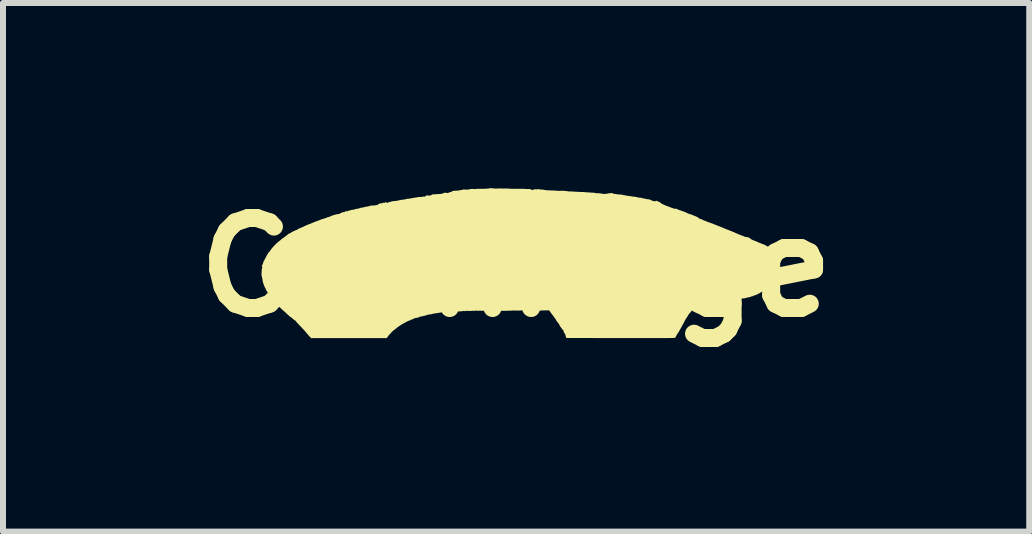
<source format=kicad_pcb>
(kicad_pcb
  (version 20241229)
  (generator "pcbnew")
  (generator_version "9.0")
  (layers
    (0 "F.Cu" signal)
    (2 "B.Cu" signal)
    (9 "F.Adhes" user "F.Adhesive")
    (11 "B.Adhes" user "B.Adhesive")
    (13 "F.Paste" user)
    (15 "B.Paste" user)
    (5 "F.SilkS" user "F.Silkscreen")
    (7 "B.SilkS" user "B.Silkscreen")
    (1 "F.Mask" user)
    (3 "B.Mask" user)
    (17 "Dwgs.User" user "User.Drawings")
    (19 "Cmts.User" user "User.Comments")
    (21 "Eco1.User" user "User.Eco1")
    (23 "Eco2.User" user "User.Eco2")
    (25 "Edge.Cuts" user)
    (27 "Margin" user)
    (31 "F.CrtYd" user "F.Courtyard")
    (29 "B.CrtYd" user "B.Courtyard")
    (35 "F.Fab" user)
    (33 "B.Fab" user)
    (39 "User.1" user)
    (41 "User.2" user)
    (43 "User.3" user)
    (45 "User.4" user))
  (footprint "CarImage"
    (layer "F.Cu")
    (at 5.55 1.404)
    (property "Reference" "CarImage" (at 0 0 0) (layer "F.SilkS") (effects (font (size 1.5 1.5) (thickness 0.3))))
    (attr board_only exclude_from_pos_files exclude_from_bom)
    (fp_poly (pts (xy -0.424 -1.319) (xy -0.42 -1.318) (xy -0.408 -1.317) (xy -0.391 -1.316) (xy -0.377 -1.315) (xy -0.362 -1.314) (xy -0.351 -1.313) (xy -0.345 -1.311) (xy -0.345 -1.311) (xy -0.338 -1.31) (xy -0.332 -1.311) (xy -0.322 -1.313) (xy -0.308 -1.314) (xy -0.29 -1.314) (xy -0.271 -1.314) (xy -0.252 -1.314) (xy -0.234 -1.314) (xy -0.22 -1.313) (xy -0.211 -1.311) (xy -0.209 -1.31) (xy -0.205 -1.308) (xy -0.201 -1.311) (xy -0.196 -1.314) (xy -0.187 -1.314) (xy -0.18 -1.313) (xy -0.168 -1.311) (xy -0.162 -1.312) (xy -0.161 -1.313) (xy -0.157 -1.316) (xy -0.15 -1.316) (xy -0.145 -1.314) (xy -0.145 -1.313) (xy -0.141 -1.312) (xy -0.13 -1.311) (xy -0.113 -1.31) (xy -0.091 -1.309) (xy -0.064 -1.308) (xy -0.034 -1.308) (xy -0.001 -1.308) (xy 0.034 -1.308) (xy 0.07 -1.308) (xy 0.085 -1.308) (xy 0.113 -1.308) (xy 0.133 -1.308) (xy 0.145 -1.306) (xy 0.15 -1.305) (xy 0.156 -1.303) (xy 0.157 -1.304) (xy 0.162 -1.305) (xy 0.172 -1.305) (xy 0.187 -1.305) (xy 0.201 -1.305) (xy 0.22 -1.304) (xy 0.233 -1.302) (xy 0.242 -1.3) (xy 0.248 -1.297) (xy 0.251 -1.295) (xy 0.262 -1.289) (xy 0.275 -1.288) (xy 0.287 -1.292) (xy 0.295 -1.298) (xy 0.3 -1.302) (xy 0.302 -1.301) (xy 0.308 -1.299) (xy 0.317 -1.299) (xy 0.318 -1.3) (xy 0.331 -1.3) (xy 0.338 -1.297) (xy 0.343 -1.295) (xy 0.344 -1.296) (xy 0.347 -1.299) (xy 0.356 -1.302) (xy 0.366 -1.303) (xy 0.375 -1.303) (xy 0.381 -1.301) (xy 0.387 -1.299) (xy 0.399 -1.297) (xy 0.415 -1.296) (xy 0.428 -1.295) (xy 0.447 -1.294) (xy 0.461 -1.293) (xy 0.47 -1.291) (xy 0.472 -1.29) (xy 0.476 -1.287) (xy 0.479 -1.288) (xy 0.487 -1.288) (xy 0.489 -1.287) (xy 0.495 -1.285) (xy 0.506 -1.284) (xy 0.523 -1.283) (xy 0.543 -1.282) (xy 0.553 -1.282) (xy 0.579 -1.281) (xy 0.607 -1.28) (xy 0.634 -1.279) (xy 0.657 -1.278) (xy 0.658 -1.277) (xy 0.678 -1.276) (xy 0.696 -1.275) (xy 0.711 -1.274) (xy 0.719 -1.273) (xy 0.73 -1.273) (xy 0.737 -1.275) (xy 0.738 -1.275) (xy 0.745 -1.276) (xy 0.748 -1.274) (xy 0.754 -1.272) (xy 0.757 -1.274) (xy 0.764 -1.276) (xy 0.776 -1.276) (xy 0.782 -1.276) (xy 0.797 -1.274) (xy 0.816 -1.272) (xy 0.83 -1.271) (xy 0.844 -1.27) (xy 0.855 -1.268) (xy 0.861 -1.266) (xy 0.861 -1.266) (xy 0.867 -1.264) (xy 0.875 -1.264) (xy 0.882 -1.265) (xy 0.896 -1.265) (xy 0.914 -1.264) (xy 0.935 -1.263) (xy 0.944 -1.262) (xy 0.966 -1.261) (xy 0.994 -1.259) (xy 1.026 -1.258) (xy 1.057 -1.256) (xy 1.087 -1.255) (xy 1.088 -1.255) (xy 1.113 -1.255) (xy 1.136 -1.253) (xy 1.154 -1.252) (xy 1.168 -1.251) (xy 1.175 -1.25) (xy 1.176 -1.249) (xy 1.181 -1.248) (xy 1.191 -1.248) (xy 1.193 -1.248) (xy 1.203 -1.249) (xy 1.211 -1.248) (xy 1.211 -1.248) (xy 1.217 -1.247) (xy 1.229 -1.246) (xy 1.245 -1.245) (xy 1.264 -1.244) (xy 1.265 -1.244) (xy 1.284 -1.243) (xy 1.3 -1.242) (xy 1.312 -1.24) (xy 1.316 -1.239) (xy 1.316 -1.239) (xy 1.321 -1.236) (xy 1.332 -1.235) (xy 1.34 -1.235) (xy 1.354 -1.235) (xy 1.371 -1.234) (xy 1.388 -1.233) (xy 1.405 -1.232) (xy 1.418 -1.23) (xy 1.427 -1.228) (xy 1.43 -1.227) (xy 1.433 -1.225) (xy 1.443 -1.224) (xy 1.457 -1.223) (xy 1.473 -1.223) (xy 1.489 -1.224) (xy 1.504 -1.225) (xy 1.516 -1.226) (xy 1.523 -1.228) (xy 1.524 -1.228) (xy 1.531 -1.231) (xy 1.544 -1.233) (xy 1.564 -1.235) (xy 1.571 -1.235) (xy 1.59 -1.236) (xy 1.602 -1.236) (xy 1.609 -1.236) (xy 1.613 -1.234) (xy 1.615 -1.231) (xy 1.615 -1.23) (xy 1.618 -1.226) (xy 1.623 -1.224) (xy 1.633 -1.223) (xy 1.645 -1.223) (xy 1.658 -1.222) (xy 1.668 -1.221) (xy 1.672 -1.22) (xy 1.672 -1.219) (xy 1.676 -1.218) (xy 1.686 -1.216) (xy 1.701 -1.215) (xy 1.719 -1.214) (xy 1.722 -1.214) (xy 1.741 -1.212) (xy 1.757 -1.211) (xy 1.769 -1.209) (xy 1.775 -1.207) (xy 1.775 -1.207) (xy 1.781 -1.205) (xy 1.792 -1.203) (xy 1.795 -1.203) (xy 1.806 -1.202) (xy 1.814 -1.2) (xy 1.815 -1.2) (xy 1.82 -1.197) (xy 1.831 -1.195) (xy 1.84 -1.194) (xy 1.857 -1.192) (xy 1.876 -1.189) (xy 1.882 -1.188) (xy 1.898 -1.185) (xy 1.914 -1.184) (xy 1.921 -1.184) (xy 1.931 -1.183) (xy 1.937 -1.181) (xy 1.938 -1.18) (xy 1.94 -1.177) (xy 1.941 -1.178) (xy 1.946 -1.178) (xy 1.957 -1.178) (xy 1.97 -1.176) (xy 1.985 -1.174) (xy 1.999 -1.172) (xy 2.01 -1.17) (xy 2.015 -1.168) (xy 2.016 -1.168) (xy 2.019 -1.166) (xy 2.028 -1.164) (xy 2.041 -1.162) (xy 2.054 -1.16) (xy 2.066 -1.159) (xy 2.075 -1.159) (xy 2.076 -1.159) (xy 2.085 -1.159) (xy 2.095 -1.155) (xy 2.096 -1.155) (xy 2.106 -1.151) (xy 2.121 -1.148) (xy 2.131 -1.147) (xy 2.144 -1.145) (xy 2.153 -1.142) (xy 2.157 -1.14) (xy 2.161 -1.139) (xy 2.172 -1.137) (xy 2.186 -1.135) (xy 2.19 -1.135) (xy 2.204 -1.134) (xy 2.216 -1.132) (xy 2.222 -1.13) (xy 2.223 -1.13) (xy 2.228 -1.127) (xy 2.237 -1.124) (xy 2.239 -1.124) (xy 2.25 -1.12) (xy 2.257 -1.115) (xy 2.257 -1.114) (xy 2.264 -1.11) (xy 2.276 -1.107) (xy 2.278 -1.107) (xy 2.289 -1.105) (xy 2.298 -1.102) (xy 2.299 -1.101) (xy 2.308 -1.099) (xy 2.318 -1.1) (xy 2.325 -1.105) (xy 2.335 -1.109) (xy 2.346 -1.107) (xy 2.356 -1.102) (xy 2.364 -1.096) (xy 2.37 -1.093) (xy 2.378 -1.092) (xy 2.379 -1.092) (xy 2.386 -1.09) (xy 2.386 -1.09) (xy 2.391 -1.088) (xy 2.399 -1.081) (xy 2.408 -1.073) (xy 2.42 -1.063) (xy 2.432 -1.056) (xy 2.439 -1.053) (xy 2.45 -1.049) (xy 2.457 -1.045) (xy 2.464 -1.041) (xy 2.476 -1.037) (xy 2.48 -1.035) (xy 2.49 -1.031) (xy 2.496 -1.028) (xy 2.496 -1.027) (xy 2.499 -1.024) (xy 2.501 -1.024) (xy 2.508 -1.022) (xy 2.519 -1.019) (xy 2.532 -1.015) (xy 2.544 -1.011) (xy 2.554 -1.007) (xy 2.559 -1.004) (xy 2.559 -1.004) (xy 2.563 -1.002) (xy 2.573 -0.998) (xy 2.578 -0.997) (xy 2.6 -0.989) (xy 2.621 -0.981) (xy 2.63 -0.977) (xy 2.637 -0.976) (xy 2.64 -0.977) (xy 2.646 -0.978) (xy 2.656 -0.977) (xy 2.669 -0.974) (xy 2.682 -0.971) (xy 2.692 -0.966) (xy 2.695 -0.964) (xy 2.702 -0.96) (xy 2.714 -0.956) (xy 2.72 -0.954) (xy 2.736 -0.949) (xy 2.751 -0.944) (xy 2.755 -0.942) (xy 2.768 -0.937) (xy 2.785 -0.931) (xy 2.795 -0.928) (xy 2.808 -0.923) (xy 2.817 -0.92) (xy 2.82 -0.918) (xy 2.825 -0.915) (xy 2.834 -0.911) (xy 2.837 -0.91) (xy 2.846 -0.907) (xy 2.851 -0.904) (xy 2.852 -0.903) (xy 2.855 -0.9) (xy 2.864 -0.897) (xy 2.871 -0.895) (xy 2.882 -0.891) (xy 2.889 -0.888) (xy 2.891 -0.886) (xy 2.893 -0.884) (xy 2.894 -0.884) (xy 2.899 -0.885) (xy 2.909 -0.883) (xy 2.919 -0.881) (xy 2.927 -0.878) (xy 2.93 -0.875) (xy 2.933 -0.872) (xy 2.942 -0.869) (xy 2.946 -0.867) (xy 2.958 -0.864) (xy 2.965 -0.86) (xy 2.967 -0.86) (xy 2.973 -0.857) (xy 2.983 -0.853) (xy 2.987 -0.852) (xy 2.997 -0.848) (xy 3.004 -0.844) (xy 3.004 -0.843) (xy 3.01 -0.84) (xy 3.018 -0.839) (xy 3.028 -0.835) (xy 3.035 -0.826) (xy 3.042 -0.818) (xy 3.051 -0.813) (xy 3.063 -0.809) (xy 3.076 -0.805) (xy 3.086 -0.801) (xy 3.089 -0.798) (xy 3.098 -0.794) (xy 3.102 -0.793) (xy 3.111 -0.79) (xy 3.114 -0.788) (xy 3.12 -0.784) (xy 3.131 -0.78) (xy 3.146 -0.774) (xy 3.154 -0.772) (xy 3.168 -0.767) (xy 3.18 -0.762) (xy 3.187 -0.759) (xy 3.188 -0.758) (xy 3.191 -0.755) (xy 3.2 -0.753) (xy 3.202 -0.752) (xy 3.216 -0.749) (xy 3.228 -0.744) (xy 3.229 -0.744) (xy 3.24 -0.74) (xy 3.253 -0.734) (xy 3.26 -0.732) (xy 3.275 -0.727) (xy 3.293 -0.72) (xy 3.3 -0.716) (xy 3.312 -0.711) (xy 3.322 -0.708) (xy 3.326 -0.707) (xy 3.334 -0.705) (xy 3.337 -0.702) (xy 3.343 -0.699) (xy 3.354 -0.694) (xy 3.368 -0.689) (xy 3.371 -0.688) (xy 3.386 -0.683) (xy 3.397 -0.679) (xy 3.404 -0.676) (xy 3.405 -0.675) (xy 3.41 -0.673) (xy 3.421 -0.668) (xy 3.428 -0.666) (xy 3.44 -0.661) (xy 3.448 -0.657) (xy 3.45 -0.655) (xy 3.453 -0.653) (xy 3.453 -0.656) (xy 3.454 -0.66) (xy 3.457 -0.656) (xy 3.458 -0.655) (xy 3.464 -0.65) (xy 3.468 -0.648) (xy 3.477 -0.646) (xy 3.483 -0.643) (xy 3.49 -0.639) (xy 3.503 -0.634) (xy 3.517 -0.629) (xy 3.518 -0.629) (xy 3.532 -0.624) (xy 3.545 -0.619) (xy 3.553 -0.615) (xy 3.553 -0.615) (xy 3.563 -0.61) (xy 3.569 -0.609) (xy 3.577 -0.608) (xy 3.58 -0.606) (xy 3.584 -0.603) (xy 3.594 -0.599) (xy 3.608 -0.593) (xy 3.617 -0.589) (xy 3.632 -0.584) (xy 3.644 -0.578) (xy 3.651 -0.575) (xy 3.653 -0.573) (xy 3.656 -0.571) (xy 3.66 -0.57) (xy 3.668 -0.569) (xy 3.67 -0.566) (xy 3.676 -0.563) (xy 3.68 -0.563) (xy 3.686 -0.561) (xy 3.688 -0.559) (xy 3.691 -0.556) (xy 3.7 -0.553) (xy 3.705 -0.551) (xy 3.716 -0.547) (xy 3.722 -0.544) (xy 3.723 -0.542) (xy 3.726 -0.54) (xy 3.73 -0.54) (xy 3.739 -0.539) (xy 3.748 -0.537) (xy 3.753 -0.533) (xy 3.754 -0.531) (xy 3.757 -0.528) (xy 3.761 -0.527) (xy 3.772 -0.525) (xy 3.785 -0.521) (xy 3.797 -0.515) (xy 3.803 -0.512) (xy 3.81 -0.509) (xy 3.822 -0.506) (xy 3.829 -0.506) (xy 3.858 -0.502) (xy 3.881 -0.494) (xy 3.897 -0.483) (xy 3.899 -0.481) (xy 3.91 -0.472) (xy 3.921 -0.465) (xy 3.923 -0.464) (xy 3.933 -0.46) (xy 3.938 -0.456) (xy 3.938 -0.456) (xy 3.944 -0.452) (xy 3.948 -0.451) (xy 3.96 -0.449) (xy 3.969 -0.445) (xy 3.973 -0.441) (xy 3.973 -0.441) (xy 3.975 -0.439) (xy 3.977 -0.439) (xy 3.982 -0.439) (xy 3.991 -0.437) (xy 4 -0.433) (xy 4.004 -0.429) (xy 4.009 -0.427) (xy 4.018 -0.424) (xy 4.028 -0.421) (xy 4.035 -0.416) (xy 4.043 -0.412) (xy 4.054 -0.408) (xy 4.058 -0.407) (xy 4.072 -0.402) (xy 4.085 -0.396) (xy 4.088 -0.395) (xy 4.099 -0.39) (xy 4.113 -0.385) (xy 4.119 -0.383) (xy 4.131 -0.379) (xy 4.14 -0.375) (xy 4.142 -0.372) (xy 4.148 -0.368) (xy 4.155 -0.367) (xy 4.165 -0.364) (xy 4.17 -0.358) (xy 4.18 -0.35) (xy 4.187 -0.348) (xy 4.201 -0.348) (xy 4.216 -0.346) (xy 4.228 -0.344) (xy 4.234 -0.342) (xy 4.237 -0.337) (xy 4.238 -0.327) (xy 4.239 -0.325) (xy 4.241 -0.313) (xy 4.246 -0.298) (xy 4.254 -0.282) (xy 4.262 -0.267) (xy 4.271 -0.256) (xy 4.274 -0.252) (xy 4.28 -0.246) (xy 4.286 -0.234) (xy 4.292 -0.22) (xy 4.292 -0.218) (xy 4.297 -0.204) (xy 4.302 -0.192) (xy 4.305 -0.186) (xy 4.305 -0.185) (xy 4.309 -0.179) (xy 4.313 -0.168) (xy 4.317 -0.156) (xy 4.321 -0.144) (xy 4.323 -0.135) (xy 4.323 -0.133) (xy 4.323 -0.127) (xy 4.325 -0.118) (xy 4.326 -0.117) (xy 4.329 -0.106) (xy 4.332 -0.091) (xy 4.334 -0.076) (xy 4.336 -0.061) (xy 4.339 -0.047) (xy 4.342 -0.039) (xy 4.345 -0.029) (xy 4.345 -0.016) (xy 4.345 -0.013) (xy 4.345 -0.001) (xy 4.347 0.005) (xy 4.349 0.006) (xy 4.355 0.011) (xy 4.355 0.017) (xy 4.351 0.021) (xy 4.348 0.024) (xy 4.35 0.026) (xy 4.354 0.032) (xy 4.356 0.042) (xy 4.358 0.054) (xy 4.358 0.064) (xy 4.356 0.07) (xy 4.356 0.07) (xy 4.353 0.076) (xy 4.351 0.084) (xy 4.349 0.095) (xy 4.347 0.102) (xy 4.344 0.109) (xy 4.341 0.12) (xy 4.34 0.123) (xy 4.336 0.134) (xy 4.333 0.141) (xy 4.332 0.143) (xy 4.329 0.149) (xy 4.326 0.159) (xy 4.324 0.162) (xy 4.314 0.189) (xy 4.3 0.217) (xy 4.284 0.242) (xy 4.281 0.246) (xy 4.274 0.256) (xy 4.267 0.264) (xy 4.261 0.271) (xy 4.254 0.279) (xy 4.244 0.289) (xy 4.232 0.303) (xy 4.216 0.318) (xy 4.196 0.339) (xy 4.179 0.355) (xy 4.167 0.365) (xy 4.158 0.37) (xy 4.154 0.371) (xy 4.148 0.374) (xy 4.14 0.38) (xy 4.138 0.383) (xy 4.13 0.39) (xy 4.123 0.394) (xy 4.122 0.395) (xy 4.114 0.397) (xy 4.104 0.402) (xy 4.097 0.408) (xy 4.097 0.409) (xy 4.091 0.412) (xy 4.088 0.412) (xy 4.083 0.412) (xy 4.082 0.414) (xy 4.079 0.418) (xy 4.077 0.418) (xy 4.071 0.421) (xy 4.065 0.425) (xy 4.056 0.432) (xy 4.048 0.435) (xy 4.037 0.44) (xy 4.028 0.446) (xy 4.019 0.451) (xy 4.011 0.453) (xy 4.005 0.455) (xy 4.004 0.456) (xy 4.001 0.459) (xy 3.991 0.462) (xy 3.978 0.466) (xy 3.977 0.467) (xy 3.962 0.471) (xy 3.951 0.476) (xy 3.945 0.479) (xy 3.945 0.479) (xy 3.938 0.483) (xy 3.928 0.484) (xy 3.928 0.484) (xy 3.917 0.486) (xy 3.909 0.49) (xy 3.909 0.49) (xy 3.902 0.494) (xy 3.89 0.497) (xy 3.879 0.499) (xy 3.866 0.5) (xy 3.857 0.503) (xy 3.853 0.505) (xy 3.848 0.507) (xy 3.839 0.508) (xy 3.838 0.508) (xy 3.829 0.509) (xy 3.824 0.511) (xy 3.824 0.512) (xy 3.82 0.514) (xy 3.809 0.516) (xy 3.795 0.517) (xy 3.787 0.518) (xy 3.766 0.52) (xy 3.751 0.523) (xy 3.743 0.526) (xy 3.739 0.531) (xy 3.739 0.533) (xy 3.736 0.54) (xy 3.733 0.543) (xy 3.727 0.545) (xy 3.723 0.541) (xy 3.716 0.538) (xy 3.704 0.537) (xy 3.689 0.537) (xy 3.673 0.538) (xy 3.658 0.54) (xy 3.647 0.543) (xy 3.642 0.546) (xy 3.637 0.55) (xy 3.635 0.549) (xy 3.63 0.547) (xy 3.62 0.546) (xy 3.608 0.546) (xy 3.595 0.547) (xy 3.585 0.549) (xy 3.58 0.552) (xy 3.574 0.554) (xy 3.562 0.556) (xy 3.548 0.557) (xy 3.546 0.557) (xy 3.531 0.558) (xy 3.519 0.56) (xy 3.512 0.561) (xy 3.512 0.561) (xy 3.506 0.562) (xy 3.494 0.563) (xy 3.478 0.565) (xy 3.467 0.565) (xy 3.45 0.566) (xy 3.436 0.568) (xy 3.427 0.569) (xy 3.424 0.57) (xy 3.416 0.573) (xy 3.406 0.573) (xy 3.397 0.572) (xy 3.394 0.569) (xy 3.39 0.567) (xy 3.387 0.57) (xy 3.386 0.572) (xy 3.383 0.573) (xy 3.378 0.574) (xy 3.371 0.575) (xy 3.36 0.577) (xy 3.346 0.578) (xy 3.327 0.579) (xy 3.302 0.581) (xy 3.271 0.583) (xy 3.234 0.585) (xy 3.205 0.586) (xy 3.169 0.588) (xy 3.14 0.59) (xy 3.118 0.592) (xy 3.1 0.593) (xy 3.088 0.594) (xy 3.081 0.595) (xy 3.076 0.596) (xy 3.074 0.598) (xy 3.074 0.598) (xy 3.071 0.601) (xy 3.069 0.602) (xy 3.063 0.604) (xy 3.055 0.611) (xy 3.054 0.611) (xy 3.047 0.618) (xy 3.042 0.621) (xy 3.042 0.621) (xy 3.037 0.624) (xy 3.029 0.63) (xy 3.028 0.631) (xy 3.014 0.645) (xy 3.001 0.656) (xy 2.992 0.664) (xy 2.987 0.668) (xy 2.986 0.668) (xy 2.983 0.671) (xy 2.975 0.677) (xy 2.966 0.686) (xy 2.965 0.687) (xy 2.955 0.697) (xy 2.946 0.705) (xy 2.941 0.709) (xy 2.936 0.714) (xy 2.928 0.723) (xy 2.918 0.735) (xy 2.916 0.737) (xy 2.905 0.75) (xy 2.893 0.763) (xy 2.884 0.773) (xy 2.876 0.782) (xy 2.872 0.789) (xy 2.871 0.791) (xy 2.869 0.796) (xy 2.864 0.806) (xy 2.855 0.818) (xy 2.852 0.823) (xy 2.842 0.838) (xy 2.832 0.853) (xy 2.825 0.866) (xy 2.824 0.867) (xy 2.818 0.879) (xy 2.812 0.888) (xy 2.81 0.891) (xy 2.806 0.898) (xy 2.801 0.909) (xy 2.8 0.913) (xy 2.795 0.925) (xy 2.79 0.933) (xy 2.789 0.935) (xy 2.784 0.942) (xy 2.776 0.956) (xy 2.767 0.973) (xy 2.757 0.993) (xy 2.754 0.999) (xy 2.748 1.011) (xy 2.742 1.02) (xy 2.739 1.023) (xy 2.739 1.024) (xy 2.735 1.027) (xy 2.731 1.035) (xy 2.731 1.037) (xy 2.727 1.046) (xy 2.723 1.051) (xy 2.723 1.051) (xy 2.72 1.054) (xy 2.717 1.062) (xy 2.717 1.063) (xy 2.712 1.074) (xy 2.704 1.085) (xy 2.701 1.089) (xy 2.693 1.099) (xy 2.684 1.113) (xy 2.675 1.129) (xy 2.672 1.134) (xy 2.664 1.149) (xy 2.657 1.162) (xy 2.652 1.171) (xy 2.651 1.173) (xy 2.65 1.174) (xy 2.649 1.174) (xy 2.646 1.175) (xy 2.642 1.176) (xy 2.637 1.176) (xy 2.629 1.177) (xy 2.62 1.177) (xy 2.608 1.177) (xy 2.593 1.178) (xy 2.575 1.178) (xy 2.554 1.178) (xy 2.529 1.179) (xy 2.5 1.179) (xy 2.467 1.179) (xy 2.43 1.179) (xy 2.387 1.179) (xy 2.339 1.179) (xy 2.286 1.179) (xy 2.227 1.179) (xy 2.162 1.179) (xy 2.091 1.179) (xy 2.013 1.179) (xy 1.928 1.179) (xy 1.836 1.179) (xy 1.742 1.179) (xy 0.838 1.178) (xy 0.832 1.166) (xy 0.828 1.154) (xy 0.825 1.141) (xy 0.82 1.122) (xy 0.808 1.1) (xy 0.8 1.089) (xy 0.793 1.078) (xy 0.791 1.069) (xy 0.791 1.065) (xy 0.791 1.056) (xy 0.788 1.052) (xy 0.782 1.046) (xy 0.772 1.035) (xy 0.761 1.021) (xy 0.75 1.006) (xy 0.738 0.99) (xy 0.729 0.975) (xy 0.722 0.963) (xy 0.719 0.956) (xy 0.719 0.955) (xy 0.717 0.95) (xy 0.711 0.942) (xy 0.704 0.932) (xy 0.696 0.922) (xy 0.69 0.916) (xy 0.684 0.908) (xy 0.677 0.897) (xy 0.671 0.887) (xy 0.663 0.874) (xy 0.656 0.863) (xy 0.652 0.857) (xy 0.625 0.819) (xy 0.611 0.801) (xy 0.602 0.789) (xy 0.593 0.777) (xy 0.589 0.772) (xy 0.581 0.761) (xy 0.574 0.75) (xy 0.567 0.74) (xy 0.558 0.729) (xy 0.557 0.728) (xy 0.547 0.717) (xy 0.481 0.718) (xy 0.458 0.718) (xy 0.437 0.719) (xy 0.419 0.72) (xy 0.406 0.721) (xy 0.401 0.721) (xy 0.389 0.722) (xy 0.382 0.719) (xy 0.382 0.718) (xy 0.378 0.715) (xy 0.376 0.718) (xy 0.372 0.721) (xy 0.364 0.723) (xy 0.356 0.722) (xy 0.352 0.72) (xy 0.352 0.719) (xy 0.348 0.718) (xy 0.337 0.718) (xy 0.321 0.718) (xy 0.3 0.717) (xy 0.275 0.717) (xy 0.248 0.717) (xy 0.219 0.717) (xy 0.189 0.717) (xy 0.16 0.717) (xy 0.133 0.718) (xy 0.107 0.718) (xy 0.086 0.718) (xy 0.068 0.719) (xy 0.057 0.72) (xy 0.052 0.72) (xy 0.052 0.72) (xy 0.047 0.721) (xy 0.037 0.721) (xy 0.021 0.721) (xy 0.002 0.72) (xy -0.004 0.72) (xy -0.025 0.72) (xy -0.043 0.719) (xy -0.056 0.72) (xy -0.064 0.72) (xy -0.065 0.721) (xy -0.071 0.721) (xy -0.083 0.722) (xy -0.101 0.723) (xy -0.123 0.724) (xy -0.149 0.724) (xy -0.169 0.725) (xy -0.201 0.725) (xy -0.225 0.725) (xy -0.243 0.725) (xy -0.256 0.724) (xy -0.263 0.723) (xy -0.266 0.722) (xy -0.266 0.722) (xy -0.267 0.719) (xy -0.269 0.721) (xy -0.274 0.724) (xy -0.284 0.726) (xy -0.296 0.727) (xy -0.308 0.727) (xy -0.317 0.726) (xy -0.319 0.725) (xy -0.325 0.723) (xy -0.335 0.723) (xy -0.347 0.723) (xy -0.357 0.724) (xy -0.364 0.727) (xy -0.365 0.728) (xy -0.368 0.73) (xy -0.37 0.728) (xy -0.374 0.727) (xy -0.383 0.726) (xy -0.399 0.725) (xy -0.421 0.725) (xy -0.451 0.724) (xy -0.487 0.724) (xy -0.528 0.724) (xy -0.568 0.724) (xy -0.602 0.724) (xy -0.631 0.724) (xy -0.654 0.723) (xy -0.671 0.723) (xy -0.681 0.722) (xy -0.684 0.721) (xy -0.686 0.721) (xy -0.689 0.724) (xy -0.695 0.727) (xy -0.703 0.728) (xy -0.711 0.726) (xy -0.715 0.722) (xy -0.715 0.721) (xy -0.717 0.72) (xy -0.719 0.723) (xy -0.723 0.727) (xy -0.726 0.723) (xy -0.727 0.723) (xy -0.73 0.72) (xy -0.73 0.721) (xy -0.734 0.724) (xy -0.743 0.726) (xy -0.756 0.727) (xy -0.771 0.728) (xy -0.784 0.728) (xy -0.795 0.727) (xy -0.802 0.726) (xy -0.802 0.725) (xy -0.806 0.723) (xy -0.807 0.726) (xy -0.812 0.73) (xy -0.817 0.73) (xy -0.82 0.727) (xy -0.82 0.727) (xy -0.824 0.723) (xy -0.828 0.723) (xy -0.835 0.724) (xy -0.836 0.727) (xy -0.839 0.729) (xy -0.847 0.73) (xy -0.857 0.73) (xy -0.865 0.728) (xy -0.869 0.726) (xy -0.871 0.723) (xy -0.874 0.725) (xy -0.878 0.728) (xy -0.889 0.73) (xy -0.905 0.732) (xy -0.927 0.734) (xy -0.956 0.735) (xy -0.993 0.736) (xy -0.994 0.736) (xy -1.03 0.737) (xy -1.059 0.738) (xy -1.081 0.739) (xy -1.098 0.74) (xy -1.111 0.74) (xy -1.119 0.741) (xy -1.125 0.741) (xy -1.129 0.742) (xy -1.131 0.743) (xy -1.131 0.743) (xy -1.136 0.744) (xy -1.148 0.745) (xy -1.164 0.746) (xy -1.183 0.746) (xy -1.188 0.746) (xy -1.208 0.747) (xy -1.226 0.748) (xy -1.239 0.749) (xy -1.247 0.751) (xy -1.248 0.751) (xy -1.258 0.754) (xy -1.267 0.755) (xy -1.277 0.756) (xy -1.284 0.758) (xy -1.289 0.76) (xy -1.301 0.762) (xy -1.315 0.763) (xy -1.328 0.764) (xy -1.338 0.765) (xy -1.342 0.766) (xy -1.342 0.766) (xy -1.343 0.766) (xy -1.347 0.767) (xy -1.355 0.769) (xy -1.369 0.771) (xy -1.375 0.772) (xy -1.387 0.774) (xy -1.395 0.777) (xy -1.397 0.778) (xy -1.402 0.779) (xy -1.413 0.782) (xy -1.429 0.784) (xy -1.443 0.786) (xy -1.46 0.788) (xy -1.473 0.79) (xy -1.482 0.792) (xy -1.484 0.794) (xy -1.488 0.796) (xy -1.497 0.799) (xy -1.5 0.799) (xy -1.511 0.802) (xy -1.517 0.804) (xy -1.518 0.805) (xy -1.523 0.808) (xy -1.532 0.809) (xy -1.534 0.809) (xy -1.542 0.809) (xy -1.547 0.812) (xy -1.547 0.812) (xy -1.551 0.814) (xy -1.56 0.816) (xy -1.573 0.818) (xy -1.575 0.818) (xy -1.596 0.821) (xy -1.611 0.827) (xy -1.613 0.828) (xy -1.623 0.834) (xy -1.632 0.836) (xy -1.632 0.836) (xy -1.64 0.837) (xy -1.642 0.839) (xy -1.648 0.841) (xy -1.658 0.842) (xy -1.663 0.842) (xy -1.674 0.843) (xy -1.682 0.846) (xy -1.683 0.847) (xy -1.688 0.85) (xy -1.698 0.853) (xy -1.701 0.854) (xy -1.711 0.857) (xy -1.717 0.861) (xy -1.718 0.862) (xy -1.722 0.867) (xy -1.724 0.867) (xy -1.735 0.868) (xy -1.75 0.874) (xy -1.765 0.882) (xy -1.776 0.887) (xy -1.785 0.89) (xy -1.788 0.891) (xy -1.796 0.893) (xy -1.806 0.898) (xy -1.807 0.898) (xy -1.816 0.904) (xy -1.823 0.906) (xy -1.824 0.906) (xy -1.83 0.909) (xy -1.839 0.914) (xy -1.842 0.916) (xy -1.851 0.922) (xy -1.857 0.926) (xy -1.859 0.926) (xy -1.865 0.928) (xy -1.868 0.931) (xy -1.874 0.935) (xy -1.885 0.941) (xy -1.897 0.947) (xy -1.909 0.954) (xy -1.919 0.96) (xy -1.923 0.964) (xy -1.93 0.968) (xy -1.932 0.969) (xy -1.938 0.972) (xy -1.94 0.975) (xy -1.945 0.98) (xy -1.95 0.981) (xy -1.957 0.983) (xy -1.96 0.986) (xy -1.963 0.992) (xy -1.965 0.992) (xy -1.97 0.995) (xy -1.977 1) (xy -2 1.019) (xy -2.017 1.032) (xy -2.028 1.041) (xy -2.031 1.043) (xy -2.045 1.053) (xy -2.059 1.066) (xy -2.074 1.08) (xy -2.086 1.093) (xy -2.093 1.103) (xy -2.099 1.111) (xy -2.106 1.115) (xy -2.112 1.12) (xy -2.117 1.127) (xy -2.121 1.134) (xy -2.125 1.137) (xy -2.129 1.14) (xy -2.129 1.142) (xy -2.132 1.147) (xy -2.138 1.156) (xy -2.144 1.163) (xy -2.159 1.18) (xy -2.788 1.18) (xy -3.416 1.18) (xy -3.436 1.159) (xy -3.448 1.146) (xy -3.462 1.13) (xy -3.476 1.114) (xy -3.478 1.111) (xy -3.5 1.086) (xy -3.518 1.064) (xy -3.533 1.047) (xy -3.547 1.032) (xy -3.561 1.018) (xy -3.567 1.011) (xy -3.58 0.997) (xy -3.597 0.98) (xy -3.614 0.962) (xy -3.623 0.951) (xy -3.636 0.937) (xy -3.648 0.925) (xy -3.657 0.915) (xy -3.661 0.911) (xy -3.667 0.904) (xy -3.668 0.901) (xy -3.671 0.896) (xy -3.679 0.89) (xy -3.688 0.883) (xy -3.701 0.874) (xy -3.713 0.865) (xy -3.719 0.86) (xy -3.731 0.849) (xy -3.744 0.839) (xy -3.755 0.83) (xy -3.762 0.825) (xy -3.765 0.824) (xy -3.77 0.822) (xy -3.777 0.815) (xy -3.779 0.814) (xy -3.793 0.799) (xy -3.804 0.789) (xy -3.812 0.782) (xy -3.815 0.781) (xy -3.819 0.778) (xy -3.826 0.771) (xy -3.834 0.762) (xy -3.843 0.752) (xy -3.85 0.745) (xy -3.854 0.742) (xy -3.858 0.74) (xy -3.867 0.733) (xy -3.879 0.722) (xy -3.893 0.709) (xy -3.897 0.705) (xy -3.911 0.692) (xy -3.923 0.68) (xy -3.933 0.672) (xy -3.938 0.668) (xy -3.938 0.668) (xy -3.942 0.665) (xy -3.945 0.661) (xy -3.949 0.655) (xy -3.958 0.646) (xy -3.969 0.635) (xy -3.973 0.631) (xy -3.984 0.619) (xy -3.997 0.605) (xy -4.009 0.59) (xy -4.019 0.576) (xy -4.027 0.565) (xy -4.031 0.557) (xy -4.031 0.556) (xy -4.035 0.552) (xy -4.042 0.546) (xy -4.043 0.546) (xy -4.05 0.54) (xy -4.06 0.529) (xy -4.071 0.516) (xy -4.083 0.501) (xy -4.095 0.485) (xy -4.106 0.469) (xy -4.116 0.457) (xy -4.122 0.449) (xy -4.129 0.438) (xy -4.138 0.424) (xy -4.145 0.412) (xy -4.153 0.399) (xy -4.16 0.387) (xy -4.165 0.379) (xy -4.17 0.37) (xy -4.172 0.363) (xy -4.174 0.355) (xy -4.18 0.345) (xy -4.182 0.342) (xy -4.189 0.331) (xy -4.194 0.319) (xy -4.194 0.317) (xy -4.197 0.308) (xy -4.2 0.303) (xy -4.2 0.302) (xy -4.203 0.297) (xy -4.203 0.294) (xy -4.205 0.286) (xy -4.21 0.276) (xy -4.211 0.272) (xy -4.216 0.262) (xy -4.217 0.255) (xy -4.217 0.254) (xy -4.217 0.248) (xy -4.219 0.244) (xy -4.221 0.238) (xy -4.224 0.226) (xy -4.226 0.212) (xy -4.226 0.211) (xy -4.227 0.197) (xy -4.229 0.187) (xy -4.231 0.181) (xy -4.231 0.181) (xy -4.233 0.176) (xy -4.235 0.167) (xy -4.235 0.165) (xy -4.236 0.152) (xy -4.241 0.141) (xy -4.241 0.141) (xy -4.245 0.133) (xy -4.243 0.13) (xy -4.243 0.13) (xy -4.24 0.126) (xy -4.239 0.119) (xy -4.24 0.114) (xy -4.242 0.113) (xy -4.246 0.11) (xy -4.246 0.107) (xy -4.244 0.102) (xy -4.243 0.102) (xy -4.241 0.098) (xy -4.24 0.088) (xy -4.24 0.073) (xy -4.24 0.065) (xy -4.24 0.046) (xy -4.239 0.033) (xy -4.236 0.025) (xy -4.234 0.02) (xy -4.23 0.012) (xy -4.23 0.004) (xy -4.234 -0.008) (xy -4.235 -0.01) (xy -4.237 -0.021) (xy -4.232 -0.035) (xy -4.227 -0.043) (xy -4.224 -0.049) (xy -4.22 -0.061) (xy -4.215 -0.075) (xy -4.215 -0.077) (xy -4.21 -0.091) (xy -4.206 -0.102) (xy -4.203 -0.107) (xy -4.203 -0.108) (xy -4.2 -0.112) (xy -4.194 -0.121) (xy -4.19 -0.13) (xy -4.171 -0.167) (xy -4.155 -0.197) (xy -4.142 -0.22) (xy -4.132 -0.236) (xy -4.125 -0.246) (xy -4.123 -0.248) (xy -4.117 -0.252) (xy -4.109 -0.262) (xy -4.1 -0.275) (xy -4.096 -0.281) (xy -4.084 -0.297) (xy -4.072 -0.314) (xy -4.061 -0.327) (xy -4.059 -0.329) (xy -4.043 -0.347) (xy -4.027 -0.364) (xy -4.011 -0.38) (xy -3.998 -0.393) (xy -3.987 -0.404) (xy -3.98 -0.411) (xy -3.977 -0.413) (xy -3.977 -0.413) (xy -3.974 -0.414) (xy -3.968 -0.419) (xy -3.961 -0.426) (xy -3.952 -0.434) (xy -3.944 -0.44) (xy -3.942 -0.441) (xy -3.937 -0.444) (xy -3.929 -0.451) (xy -3.919 -0.46) (xy -3.917 -0.462) (xy -3.905 -0.473) (xy -3.894 -0.481) (xy -3.887 -0.486) (xy -3.886 -0.486) (xy -3.878 -0.49) (xy -3.868 -0.497) (xy -3.862 -0.503) (xy -3.852 -0.511) (xy -3.846 -0.516) (xy -3.843 -0.517) (xy -3.839 -0.519) (xy -3.832 -0.525) (xy -3.83 -0.527) (xy -3.822 -0.534) (xy -3.817 -0.537) (xy -3.816 -0.537) (xy -3.813 -0.539) (xy -3.806 -0.545) (xy -3.803 -0.549) (xy -3.795 -0.558) (xy -3.79 -0.56) (xy -3.789 -0.559) (xy -3.786 -0.557) (xy -3.782 -0.56) (xy -3.775 -0.565) (xy -3.772 -0.566) (xy -3.766 -0.569) (xy -3.757 -0.574) (xy -3.752 -0.577) (xy -3.739 -0.585) (xy -3.725 -0.593) (xy -3.712 -0.6) (xy -3.701 -0.604) (xy -3.696 -0.606) (xy -3.692 -0.608) (xy -3.692 -0.609) (xy -3.688 -0.612) (xy -3.679 -0.615) (xy -3.672 -0.618) (xy -3.661 -0.621) (xy -3.654 -0.624) (xy -3.653 -0.625) (xy -3.649 -0.628) (xy -3.641 -0.633) (xy -3.636 -0.635) (xy -3.625 -0.641) (xy -3.616 -0.646) (xy -3.615 -0.647) (xy -3.607 -0.651) (xy -3.598 -0.654) (xy -3.59 -0.657) (xy -3.586 -0.661) (xy -3.586 -0.661) (xy -3.585 -0.663) (xy -3.582 -0.66) (xy -3.579 -0.657) (xy -3.578 -0.659) (xy -3.575 -0.663) (xy -3.567 -0.667) (xy -3.565 -0.668) (xy -3.555 -0.672) (xy -3.541 -0.678) (xy -3.526 -0.686) (xy -3.523 -0.687) (xy -3.507 -0.695) (xy -3.493 -0.701) (xy -3.483 -0.705) (xy -3.481 -0.705) (xy -3.473 -0.708) (xy -3.469 -0.711) (xy -3.469 -0.711) (xy -3.466 -0.714) (xy -3.457 -0.717) (xy -3.454 -0.717) (xy -3.442 -0.72) (xy -3.433 -0.724) (xy -3.432 -0.724) (xy -3.424 -0.728) (xy -3.412 -0.733) (xy -3.403 -0.737) (xy -3.39 -0.742) (xy -3.38 -0.746) (xy -3.376 -0.749) (xy -3.368 -0.753) (xy -3.362 -0.754) (xy -3.353 -0.756) (xy -3.348 -0.759) (xy -3.342 -0.763) (xy -3.331 -0.767) (xy -3.32 -0.77) (xy -3.312 -0.77) (xy -3.312 -0.77) (xy -3.309 -0.773) (xy -3.309 -0.773) (xy -3.305 -0.777) (xy -3.3 -0.777) (xy -3.289 -0.78) (xy -3.283 -0.783) (xy -3.274 -0.788) (xy -3.267 -0.789) (xy -3.26 -0.791) (xy -3.257 -0.794) (xy -3.252 -0.798) (xy -3.242 -0.801) (xy -3.235 -0.802) (xy -3.221 -0.805) (xy -3.209 -0.809) (xy -3.206 -0.811) (xy -3.198 -0.815) (xy -3.192 -0.815) (xy -3.187 -0.815) (xy -3.186 -0.816) (xy -3.18 -0.819) (xy -3.173 -0.82) (xy -3.164 -0.823) (xy -3.158 -0.827) (xy -3.152 -0.831) (xy -3.141 -0.835) (xy -3.139 -0.835) (xy -3.128 -0.837) (xy -3.12 -0.84) (xy -3.119 -0.84) (xy -3.112 -0.842) (xy -3.109 -0.842) (xy -3.102 -0.843) (xy -3.1 -0.846) (xy -3.095 -0.851) (xy -3.09 -0.852) (xy -3.081 -0.854) (xy -3.078 -0.857) (xy -3.071 -0.86) (xy -3.06 -0.864) (xy -3.046 -0.868) (xy -3.043 -0.869) (xy -3.029 -0.873) (xy -3.017 -0.876) (xy -3.01 -0.879) (xy -3.01 -0.88) (xy -3.003 -0.882) (xy -2.994 -0.883) (xy -2.981 -0.884) (xy -2.967 -0.887) (xy -2.953 -0.889) (xy -2.943 -0.892) (xy -2.938 -0.895) (xy -2.938 -0.895) (xy -2.934 -0.898) (xy -2.93 -0.898) (xy -2.924 -0.9) (xy -2.922 -0.902) (xy -2.919 -0.905) (xy -2.911 -0.908) (xy -2.902 -0.912) (xy -2.897 -0.916) (xy -2.892 -0.921) (xy -2.884 -0.921) (xy -2.877 -0.917) (xy -2.875 -0.915) (xy -2.872 -0.912) (xy -2.871 -0.913) (xy -2.868 -0.917) (xy -2.865 -0.918) (xy -2.859 -0.921) (xy -2.85 -0.927) (xy -2.847 -0.931) (xy -2.835 -0.943) (xy -2.828 -0.934) (xy -2.821 -0.925) (xy -2.813 -0.933) (xy -2.805 -0.939) (xy -2.8 -0.942) (xy -2.774 -0.946) (xy -2.76 -0.951) (xy -2.75 -0.954) (xy -2.735 -0.957) (xy -2.722 -0.959) (xy -2.706 -0.961) (xy -2.693 -0.964) (xy -2.684 -0.967) (xy -2.675 -0.97) (xy -2.661 -0.974) (xy -2.644 -0.977) (xy -2.64 -0.977) (xy -2.622 -0.98) (xy -2.61 -0.984) (xy -2.604 -0.987) (xy -2.598 -0.991) (xy -2.595 -0.991) (xy -2.587 -0.99) (xy -2.576 -0.992) (xy -2.569 -0.994) (xy -2.555 -0.998) (xy -2.541 -1) (xy -2.537 -1) (xy -2.528 -1.001) (xy -2.524 -1.004) (xy -2.524 -1.004) (xy -2.52 -1.007) (xy -2.512 -1.008) (xy -2.51 -1.008) (xy -2.5 -1.009) (xy -2.486 -1.011) (xy -2.471 -1.014) (xy -2.457 -1.017) (xy -2.446 -1.02) (xy -2.439 -1.023) (xy -2.438 -1.024) (xy -2.434 -1.025) (xy -2.424 -1.027) (xy -2.41 -1.028) (xy -2.396 -1.029) (xy -2.377 -1.03) (xy -2.36 -1.032) (xy -2.347 -1.033) (xy -2.342 -1.034) (xy -2.33 -1.036) (xy -2.316 -1.038) (xy -2.316 -1.038) (xy -2.304 -1.042) (xy -2.299 -1.047) (xy -2.294 -1.054) (xy -2.291 -1.055) (xy -2.284 -1.058) (xy -2.283 -1.06) (xy -2.278 -1.063) (xy -2.265 -1.065) (xy -2.257 -1.065) (xy -2.242 -1.066) (xy -2.233 -1.068) (xy -2.229 -1.071) (xy -2.223 -1.075) (xy -2.214 -1.076) (xy -2.208 -1.075) (xy -2.193 -1.075) (xy -2.183 -1.08) (xy -2.171 -1.085) (xy -2.162 -1.084) (xy -2.156 -1.078) (xy -2.15 -1.069) (xy -2.139 -1.077) (xy -2.126 -1.084) (xy -2.113 -1.087) (xy -2.112 -1.087) (xy -2.102 -1.089) (xy -2.096 -1.091) (xy -2.095 -1.091) (xy -2.09 -1.093) (xy -2.084 -1.094) (xy -2.076 -1.095) (xy -2.073 -1.097) (xy -2.068 -1.099) (xy -2.057 -1.101) (xy -2.042 -1.103) (xy -2.027 -1.104) (xy -2.01 -1.105) (xy -1.995 -1.107) (xy -1.986 -1.109) (xy -1.982 -1.11) (xy -1.977 -1.112) (xy -1.968 -1.113) (xy -1.965 -1.113) (xy -1.955 -1.114) (xy -1.949 -1.116) (xy -1.949 -1.117) (xy -1.944 -1.119) (xy -1.934 -1.121) (xy -1.92 -1.123) (xy -1.908 -1.125) (xy -1.883 -1.128) (xy -1.864 -1.13) (xy -1.851 -1.132) (xy -1.842 -1.133) (xy -1.838 -1.135) (xy -1.836 -1.136) (xy -1.836 -1.137) (xy -1.832 -1.138) (xy -1.823 -1.14) (xy -1.808 -1.142) (xy -1.797 -1.143) (xy -1.78 -1.144) (xy -1.767 -1.146) (xy -1.758 -1.148) (xy -1.756 -1.149) (xy -1.751 -1.151) (xy -1.741 -1.152) (xy -1.734 -1.152) (xy -1.723 -1.153) (xy -1.716 -1.155) (xy -1.715 -1.156) (xy -1.711 -1.158) (xy -1.702 -1.159) (xy -1.687 -1.161) (xy -1.678 -1.162) (xy -1.662 -1.164) (xy -1.649 -1.166) (xy -1.642 -1.167) (xy -1.641 -1.168) (xy -1.637 -1.17) (xy -1.627 -1.171) (xy -1.613 -1.172) (xy -1.605 -1.172) (xy -1.589 -1.172) (xy -1.576 -1.173) (xy -1.567 -1.174) (xy -1.565 -1.175) (xy -1.559 -1.177) (xy -1.548 -1.178) (xy -1.538 -1.178) (xy -1.524 -1.178) (xy -1.516 -1.18) (xy -1.51 -1.183) (xy -1.508 -1.186) (xy -1.498 -1.196) (xy -1.487 -1.2) (xy -1.477 -1.199) (xy -1.475 -1.197) (xy -1.469 -1.193) (xy -1.462 -1.194) (xy -1.459 -1.195) (xy -1.451 -1.198) (xy -1.445 -1.196) (xy -1.443 -1.195) (xy -1.437 -1.192) (xy -1.433 -1.195) (xy -1.425 -1.199) (xy -1.421 -1.199) (xy -1.414 -1.202) (xy -1.409 -1.206) (xy -1.407 -1.209) (xy -1.405 -1.211) (xy -1.401 -1.213) (xy -1.395 -1.214) (xy -1.385 -1.215) (xy -1.371 -1.216) (xy -1.351 -1.217) (xy -1.325 -1.219) (xy -1.322 -1.219) (xy -1.291 -1.221) (xy -1.267 -1.222) (xy -1.248 -1.224) (xy -1.235 -1.225) (xy -1.226 -1.227) (xy -1.221 -1.23) (xy -1.218 -1.233) (xy -1.218 -1.234) (xy -1.215 -1.239) (xy -1.209 -1.24) (xy -1.197 -1.24) (xy -1.185 -1.241) (xy -1.175 -1.242) (xy -1.173 -1.243) (xy -1.166 -1.245) (xy -1.163 -1.243) (xy -1.155 -1.239) (xy -1.145 -1.237) (xy -1.137 -1.237) (xy -1.135 -1.238) (xy -1.129 -1.242) (xy -1.125 -1.242) (xy -1.117 -1.245) (xy -1.113 -1.248) (xy -1.105 -1.253) (xy -1.099 -1.253) (xy -1.086 -1.254) (xy -1.073 -1.26) (xy -1.065 -1.268) (xy -1.062 -1.27) (xy -1.057 -1.272) (xy -1.048 -1.274) (xy -1.034 -1.275) (xy -1.014 -1.276) (xy -1 -1.277) (xy -0.974 -1.278) (xy -0.956 -1.28) (xy -0.944 -1.282) (xy -0.939 -1.284) (xy -0.938 -1.284) (xy -0.934 -1.288) (xy -0.926 -1.288) (xy -0.919 -1.284) (xy -0.915 -1.282) (xy -0.914 -1.284) (xy -0.911 -1.288) (xy -0.904 -1.289) (xy -0.897 -1.291) (xy -0.895 -1.293) (xy -0.891 -1.295) (xy -0.882 -1.296) (xy -0.865 -1.296) (xy -0.844 -1.296) (xy -0.82 -1.295) (xy -0.803 -1.295) (xy -0.791 -1.297) (xy -0.783 -1.299) (xy -0.782 -1.299) (xy -0.77 -1.303) (xy -0.754 -1.305) (xy -0.735 -1.306) (xy -0.716 -1.306) (xy -0.701 -1.304) (xy -0.7 -1.304) (xy -0.687 -1.302) (xy -0.679 -1.304) (xy -0.678 -1.304) (xy -0.672 -1.306) (xy -0.658 -1.307) (xy -0.637 -1.308) (xy -0.608 -1.308) (xy -0.592 -1.308) (xy -0.565 -1.308) (xy -0.539 -1.308) (xy -0.516 -1.309) (xy -0.497 -1.31) (xy -0.484 -1.311) (xy -0.482 -1.311) (xy -0.468 -1.312) (xy -0.455 -1.314) (xy -0.448 -1.314) (xy -0.441 -1.316) (xy -0.439 -1.318) (xy -0.434 -1.319)) (stroke (width 0) (type solid)) (fill yes) (layer "F.SilkS")))
  (gr_rect
    (start -3 -3)
    (end 14.1 5.808)
    (stroke (width 0.1) (type default))
    (fill no)
    (layer "Edge.Cuts")))
</source>
